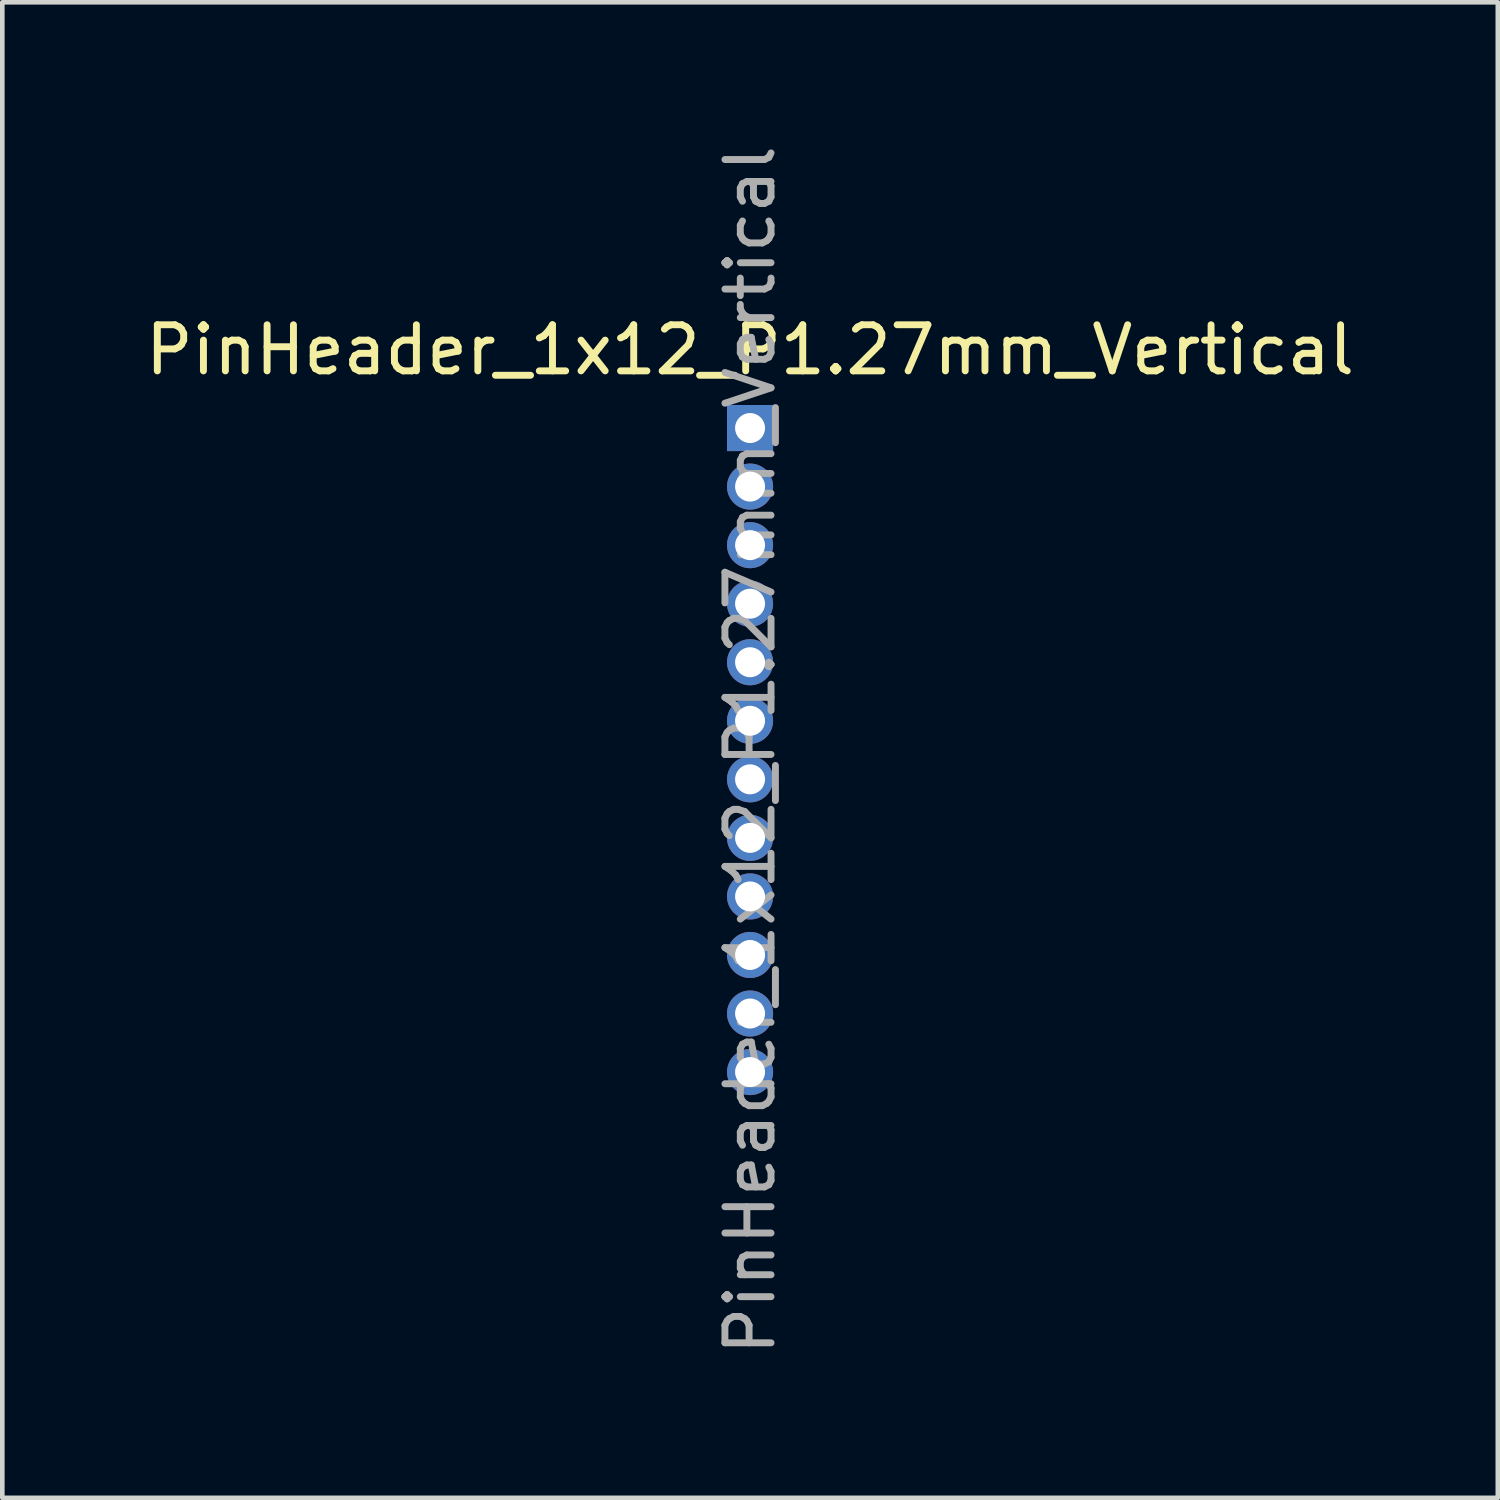
<source format=kicad_pcb>
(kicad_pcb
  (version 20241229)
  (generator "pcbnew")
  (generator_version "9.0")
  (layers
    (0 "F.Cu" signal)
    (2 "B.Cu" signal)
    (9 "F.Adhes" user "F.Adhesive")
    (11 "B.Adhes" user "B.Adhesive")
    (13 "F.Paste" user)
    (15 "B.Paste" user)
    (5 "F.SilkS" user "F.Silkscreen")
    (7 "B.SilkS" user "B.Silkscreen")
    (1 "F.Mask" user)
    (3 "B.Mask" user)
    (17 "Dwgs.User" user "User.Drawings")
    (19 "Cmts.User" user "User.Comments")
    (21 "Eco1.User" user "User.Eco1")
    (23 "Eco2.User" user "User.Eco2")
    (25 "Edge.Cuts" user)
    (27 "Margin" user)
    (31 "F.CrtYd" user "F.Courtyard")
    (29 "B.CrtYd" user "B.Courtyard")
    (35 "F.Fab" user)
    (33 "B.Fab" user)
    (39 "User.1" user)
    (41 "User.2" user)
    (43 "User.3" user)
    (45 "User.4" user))
  (footprint "PinHeader_1x12_P1.27mm_Vertical"
    (layer "F.Cu")
    (at 13.22 6.235)
    (property "Reference" "PinHeader_1x12_P1.27mm_Vertical" (at 0 -1.695 0) (layer "F.SilkS") (effects (font (size 1 1) (thickness 0.15))))
    (attr through_hole)
    (fp_text user "${REFERENCE}" (at 0 6.985 90) (layer "F.Fab") (effects (font (size 1 1) (thickness 0.15))))
    (pad "1" thru_hole rect (at 0 0) (size 1 1) (drill 0.65) (layers "*.Cu" "*.Mask"))
    (pad "2" thru_hole oval (at 0 1.27) (size 1 1) (drill 0.65) (layers "*.Cu" "*.Mask"))
    (pad "3" thru_hole oval (at 0 2.54) (size 1 1) (drill 0.65) (layers "*.Cu" "*.Mask"))
    (pad "4" thru_hole oval (at 0 3.81) (size 1 1) (drill 0.65) (layers "*.Cu" "*.Mask"))
    (pad "5" thru_hole oval (at 0 5.08) (size 1 1) (drill 0.65) (layers "*.Cu" "*.Mask"))
    (pad "6" thru_hole oval (at 0 6.35) (size 1 1) (drill 0.65) (layers "*.Cu" "*.Mask"))
    (pad "7" thru_hole oval (at 0 7.62) (size 1 1) (drill 0.65) (layers "*.Cu" "*.Mask"))
    (pad "8" thru_hole oval (at 0 8.89) (size 1 1) (drill 0.65) (layers "*.Cu" "*.Mask"))
    (pad "9" thru_hole oval (at 0 10.16) (size 1 1) (drill 0.65) (layers "*.Cu" "*.Mask"))
    (pad "10" thru_hole oval (at 0 11.43) (size 1 1) (drill 0.65) (layers "*.Cu" "*.Mask"))
    (pad "11" thru_hole oval (at 0 12.7) (size 1 1) (drill 0.65) (layers "*.Cu" "*.Mask"))
    (pad "12" thru_hole oval (at 0 13.97) (size 1 1) (drill 0.65) (layers "*.Cu" "*.Mask")))
  (gr_rect
    (start -3 -3)
    (end 29.44 29.44)
    (stroke (width 0.1) (type default))
    (fill no)
    (layer "Edge.Cuts")))
</source>
